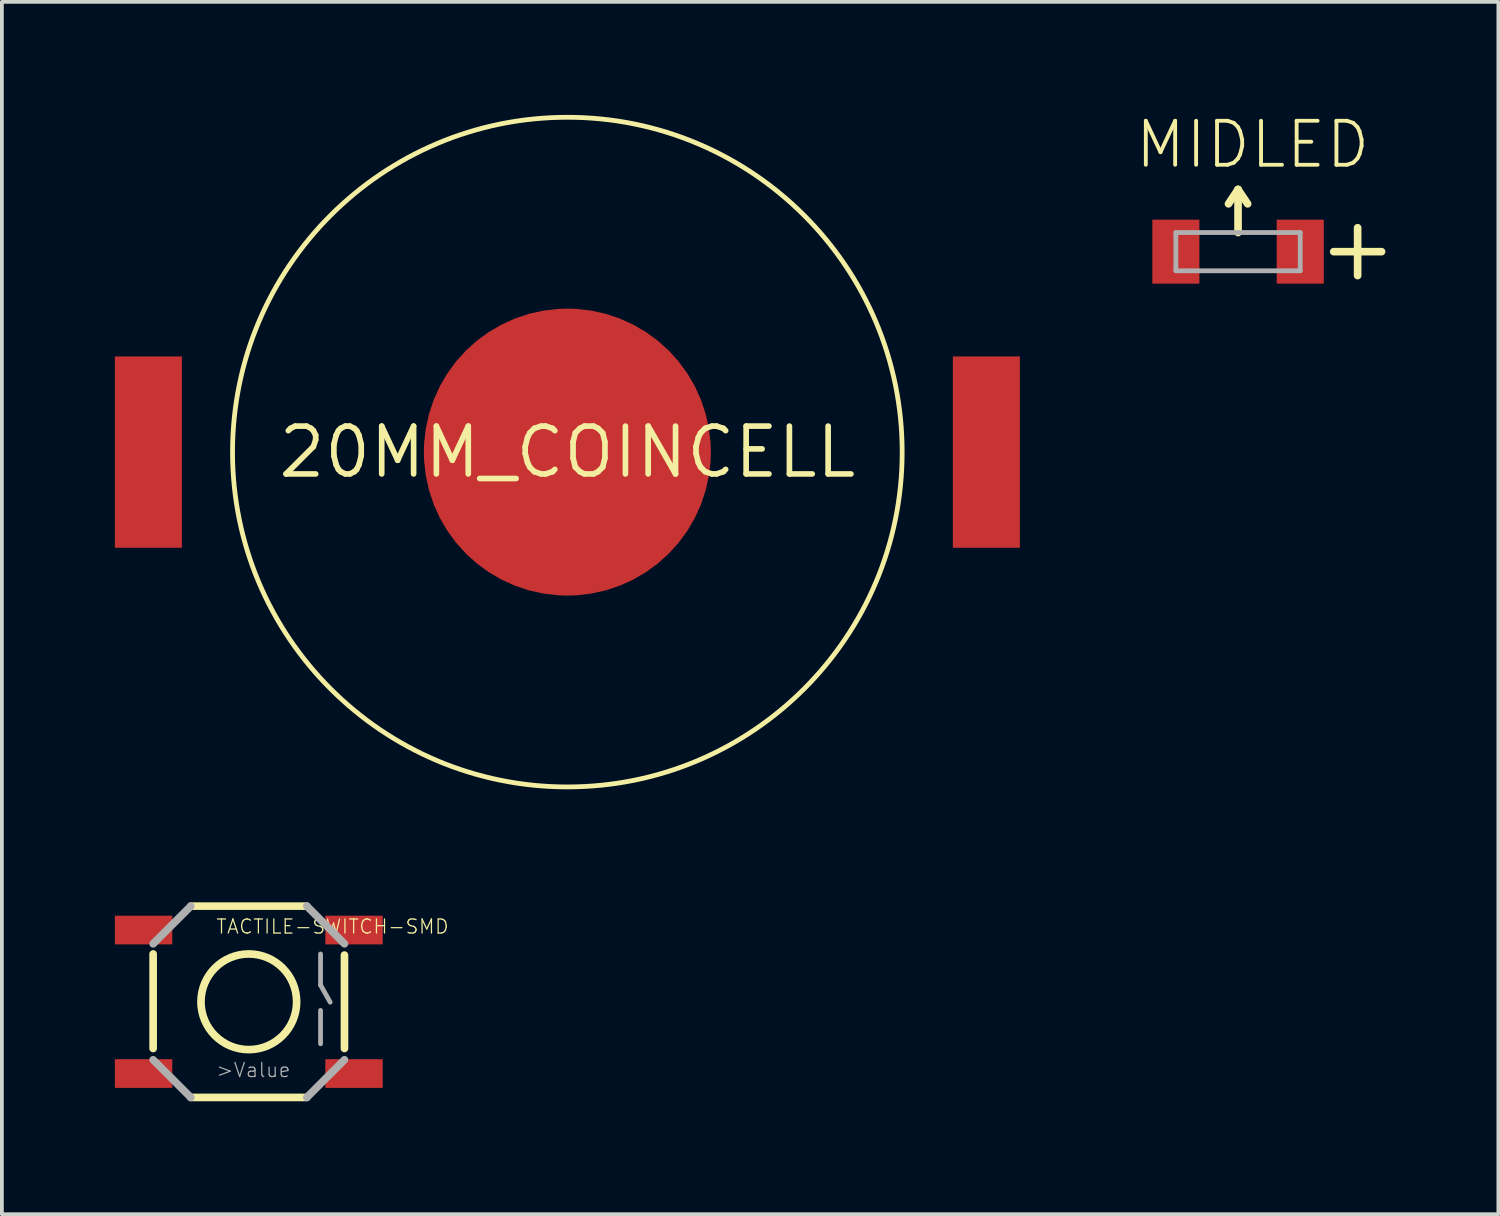
<source format=kicad_pcb>
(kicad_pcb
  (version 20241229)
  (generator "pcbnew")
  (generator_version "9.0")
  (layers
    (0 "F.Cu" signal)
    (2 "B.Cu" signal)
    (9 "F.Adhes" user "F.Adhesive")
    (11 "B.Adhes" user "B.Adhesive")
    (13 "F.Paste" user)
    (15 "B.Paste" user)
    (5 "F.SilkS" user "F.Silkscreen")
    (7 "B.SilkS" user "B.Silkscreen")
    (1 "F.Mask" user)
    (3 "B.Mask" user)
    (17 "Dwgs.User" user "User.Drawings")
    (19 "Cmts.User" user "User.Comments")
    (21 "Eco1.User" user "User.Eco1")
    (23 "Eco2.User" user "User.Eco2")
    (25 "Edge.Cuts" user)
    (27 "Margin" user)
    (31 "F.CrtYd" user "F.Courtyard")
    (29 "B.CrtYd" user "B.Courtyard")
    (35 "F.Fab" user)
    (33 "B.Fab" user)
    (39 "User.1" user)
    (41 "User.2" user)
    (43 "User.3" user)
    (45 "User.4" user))
  (footprint "MIDLED"
    (layer "F.Cu")
    (at 29.822 3.632)
    (property "Reference" "MIDLED" (at -2.794 -2.159 0) (layer "F.SilkS") (effects (font (size 1.168 1.168) (thickness 0.102)) (justify left bottom)))
    (fp_line (start 0 -1.651) (end -0.254 -1.27) (stroke (width 0.203) (type solid)) (layer "F.SilkS"))
    (fp_line (start 0 -1.651) (end 0.254 -1.27) (stroke (width 0.203) (type solid)) (layer "F.SilkS"))
    (fp_line (start 0 -0.508) (end 0 -1.651) (stroke (width 0.203) (type solid)) (layer "F.SilkS"))
    (fp_line (start 3.175 -0.635) (end 3.175 0.635) (stroke (width 0.203) (type solid)) (layer "F.SilkS"))
    (fp_line (start 3.81 0) (end 2.54 0) (stroke (width 0.203) (type solid)) (layer "F.SilkS"))
    (fp_line (start -1.651 -0.508) (end 1.651 -0.508) (stroke (width 0.127) (type solid)) (layer "F.Fab"))
    (fp_line (start -1.651 0.508) (end -1.651 -0.508) (stroke (width 0.127) (type solid)) (layer "F.Fab"))
    (fp_line (start 1.651 -0.508) (end 1.651 0.508) (stroke (width 0.127) (type solid)) (layer "F.Fab"))
    (fp_line (start 1.651 0.508) (end -1.651 0.508) (stroke (width 0.127) (type solid)) (layer "F.Fab"))
    (pad "GND" smd rect (at -1.651 0 90) (size 1.699 1.25) (layers "F.Cu" "F.Mask" "F.Paste"))
    (pad "VCC" smd rect (at 1.651 0 90) (size 1.699 1.25) (layers "F.Cu" "F.Mask" "F.Paste")))
  (footprint "20MM_COINCELL"
    (layer "F.Cu")
    (at 12.014 8.954)
    (property "Reference" "20MM_COINCELL" (at 0 0 0) (layer "F.SilkS") (effects (font (size 1.27 1.27) (thickness 0.15))))
    (fp_circle (center 0 0) (end 8.89 0) (stroke (width 0.127) (type solid)) (fill no) (layer "F.SilkS"))
    (pad "NEG" smd roundrect (at 0 0) (size 7.62 7.62) (layers "F.Cu" "F.Mask" "F.Paste") (roundrect_rratio 0.5))
    (pad "POS" smd rect (at -11.125 0 90) (size 5.08 1.778) (layers "F.Cu" "F.Mask" "F.Paste"))
    (pad "POS_2" smd rect (at 11.125 0 90) (size 5.08 1.778) (layers "F.Cu" "F.Mask" "F.Paste")))
  (footprint "TACTILE-SWITCH-SMD"
    (layer "F.Cu")
    (at 3.556 23.549)
    (property "Reference" "TACTILE-SWITCH-SMD" (at -0.889 -1.778 0) (layer "F.SilkS") (effects (font (size 0.374 0.374) (thickness 0.033)) (justify left bottom)))
    (fp_line (start -2.54 1.24) (end -2.54 -1.27) (stroke (width 0.203) (type solid)) (layer "F.SilkS"))
    (fp_line (start -1.54 -2.54) (end 1.54 -2.54) (stroke (width 0.203) (type solid)) (layer "F.SilkS"))
    (fp_line (start 1.54 2.54) (end -1.54 2.54) (stroke (width 0.203) (type solid)) (layer "F.SilkS"))
    (fp_line (start 2.54 -1.24) (end 2.54 1.24) (stroke (width 0.203) (type solid)) (layer "F.SilkS"))
    (fp_circle (center 0 0) (end 1.27 0) (stroke (width 0.203) (type solid)) (fill no) (layer "F.SilkS"))
    (fp_line (start -2.54 -1.54) (end -1.54 -2.54) (stroke (width 0.203) (type solid)) (layer "F.Fab"))
    (fp_line (start -1.54 2.54) (end -2.54 1.54) (stroke (width 0.203) (type solid)) (layer "F.Fab"))
    (fp_line (start 1.54 -2.54) (end 2.54 -1.54) (stroke (width 0.203) (type solid)) (layer "F.Fab"))
    (fp_line (start 1.905 -1.27) (end 1.905 -0.445) (stroke (width 0.127) (type solid)) (layer "F.Fab"))
    (fp_line (start 1.905 -0.445) (end 2.16 0.01) (stroke (width 0.127) (type solid)) (layer "F.Fab"))
    (fp_line (start 1.905 0.23) (end 1.905 1.115) (stroke (width 0.127) (type solid)) (layer "F.Fab"))
    (fp_line (start 2.54 1.54) (end 1.54 2.54) (stroke (width 0.203) (type solid)) (layer "F.Fab"))
    (fp_text user ">Value" (at -0.889 2.032 0) (layer "F.Fab") (effects (font (size 0.374 0.374) (thickness 0.033)) (justify left bottom)))
    (pad "1" smd rect (at -2.794 -1.905 90) (size 0.762 1.524) (layers "F.Cu" "F.Mask" "F.Paste"))
    (pad "2" smd rect (at 2.794 -1.905 90) (size 0.762 1.524) (layers "F.Cu" "F.Mask" "F.Paste"))
    (pad "3" smd rect (at -2.794 1.905 90) (size 0.762 1.524) (layers "F.Cu" "F.Mask" "F.Paste"))
    (pad "4" smd rect (at 2.794 1.905 90) (size 0.762 1.524) (layers "F.Cu" "F.Mask" "F.Paste")))
  (gr_rect
    (start -3 -3)
    (end 36.734 29.19)
    (stroke (width 0.1) (type default))
    (fill no)
    (layer "Edge.Cuts")))
</source>
